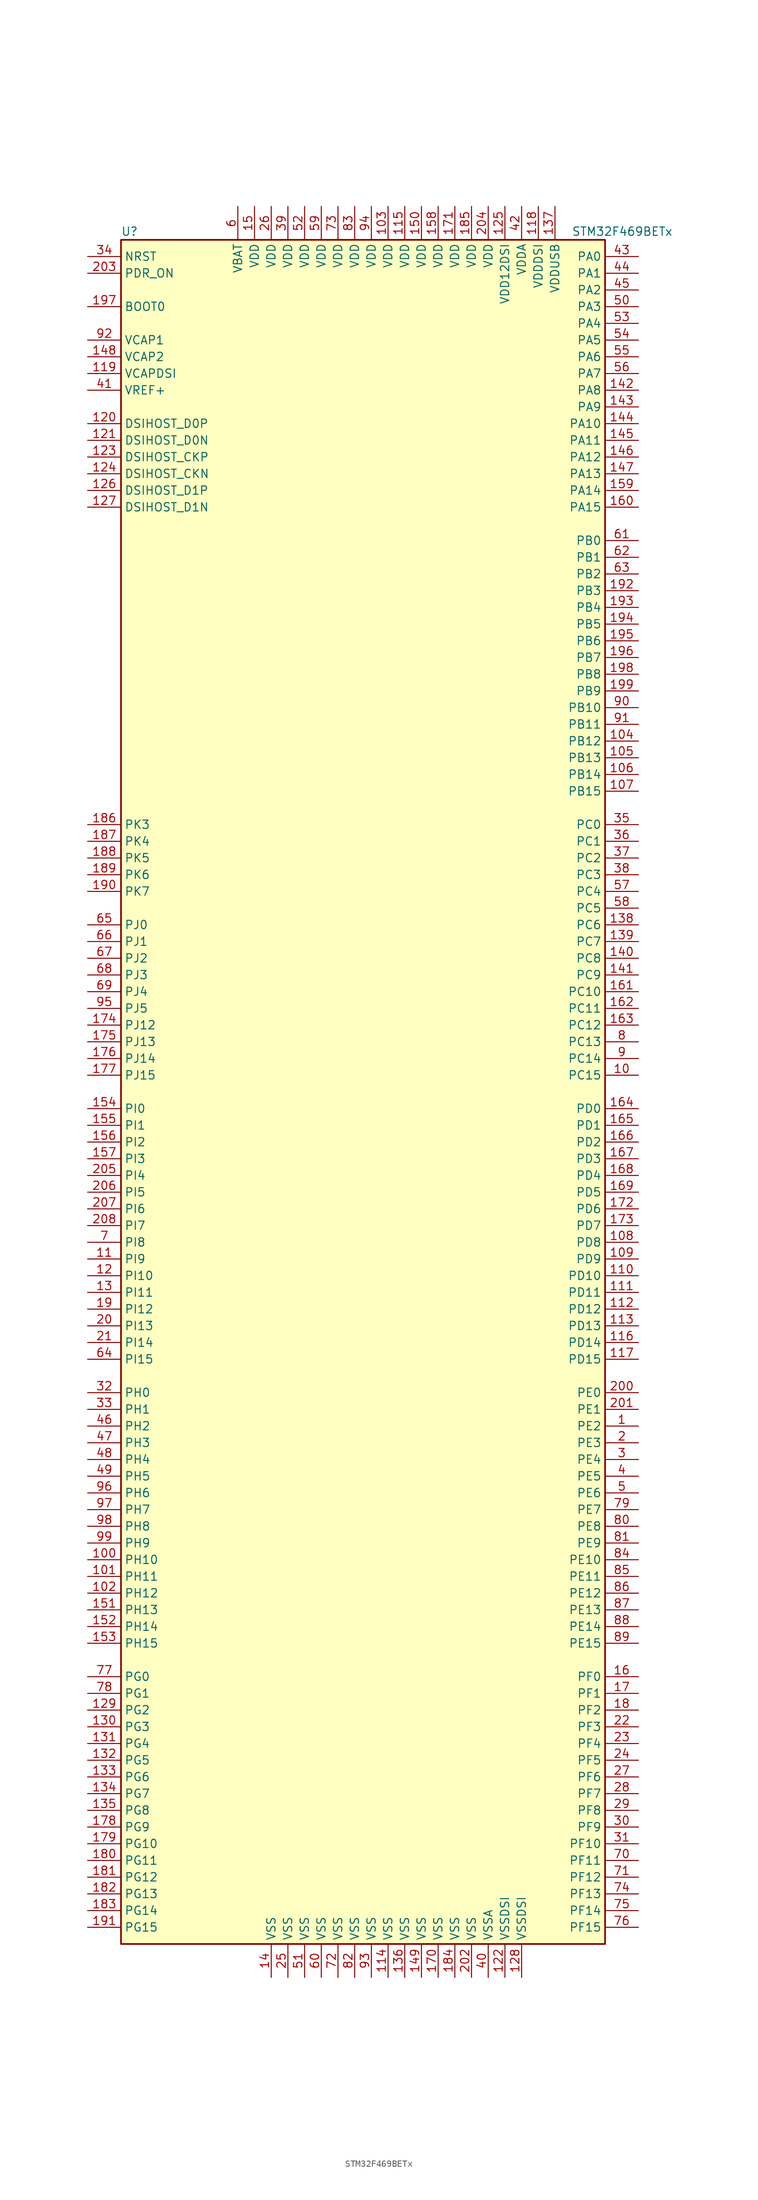
<source format=kicad_sym>
(kicad_symbol_lib
  (version 20201005)
  (generator kicad_symbol_editor)
  (symbol "STM32F469BETx"
    (property "Reference" "U"
      (at -38.1 130.81 0)
      (effects (font (size 1.27 1.27)) (justify left)))
    (property "Value" "STM32F469BETx"
      (at 30.48 130.81 0)
      (effects (font (size 1.27 1.27)) (justify left)))
    (symbol "STM32F469BETx_0_1"
      (rectangle (start -38.1 -129.54) (end 35.56 129.54) (stroke (width 0.254)) (fill (type background))))
    (symbol "STM32F469BETx_1_1"
      (pin bidirectional line (at 40.64 -50.8 180) (length 5.08) (name "PE2" (effects (font (size 1.27 1.27)))) (number "1" (effects (font (size 1.27 1.27)))))
      (pin bidirectional line (at 40.64 2.54 180) (length 5.08) (name "PC15" (effects (font (size 1.27 1.27)))) (number "10" (effects (font (size 1.27 1.27)))))
      (pin bidirectional line (at -43.18 -71.12 0) (length 5.08) (name "PH10" (effects (font (size 1.27 1.27)))) (number "100" (effects (font (size 1.27 1.27)))))
      (pin bidirectional line (at -43.18 -73.66 0) (length 5.08) (name "PH11" (effects (font (size 1.27 1.27)))) (number "101" (effects (font (size 1.27 1.27)))))
      (pin bidirectional line (at -43.18 -76.2 0) (length 5.08) (name "PH12" (effects (font (size 1.27 1.27)))) (number "102" (effects (font (size 1.27 1.27)))))
      (pin power_in line (at 2.54 134.62 270) (length 5.08) (name "VDD" (effects (font (size 1.27 1.27)))) (number "103" (effects (font (size 1.27 1.27)))))
      (pin bidirectional line (at 40.64 53.34 180) (length 5.08) (name "PB12" (effects (font (size 1.27 1.27)))) (number "104" (effects (font (size 1.27 1.27)))))
      (pin bidirectional line (at 40.64 50.8 180) (length 5.08) (name "PB13" (effects (font (size 1.27 1.27)))) (number "105" (effects (font (size 1.27 1.27)))))
      (pin bidirectional line (at 40.64 48.26 180) (length 5.08) (name "PB14" (effects (font (size 1.27 1.27)))) (number "106" (effects (font (size 1.27 1.27)))))
      (pin bidirectional line (at 40.64 45.72 180) (length 5.08) (name "PB15" (effects (font (size 1.27 1.27)))) (number "107" (effects (font (size 1.27 1.27)))))
      (pin bidirectional line (at 40.64 -22.86 180) (length 5.08) (name "PD8" (effects (font (size 1.27 1.27)))) (number "108" (effects (font (size 1.27 1.27)))))
      (pin bidirectional line (at 40.64 -25.4 180) (length 5.08) (name "PD9" (effects (font (size 1.27 1.27)))) (number "109" (effects (font (size 1.27 1.27)))))
      (pin bidirectional line (at -43.18 -25.4 0) (length 5.08) (name "PI9" (effects (font (size 1.27 1.27)))) (number "11" (effects (font (size 1.27 1.27)))))
      (pin bidirectional line (at 40.64 -27.94 180) (length 5.08) (name "PD10" (effects (font (size 1.27 1.27)))) (number "110" (effects (font (size 1.27 1.27)))))
      (pin bidirectional line (at 40.64 -30.48 180) (length 5.08) (name "PD11" (effects (font (size 1.27 1.27)))) (number "111" (effects (font (size 1.27 1.27)))))
      (pin bidirectional line (at 40.64 -33.02 180) (length 5.08) (name "PD12" (effects (font (size 1.27 1.27)))) (number "112" (effects (font (size 1.27 1.27)))))
      (pin bidirectional line (at 40.64 -35.56 180) (length 5.08) (name "PD13" (effects (font (size 1.27 1.27)))) (number "113" (effects (font (size 1.27 1.27)))))
      (pin power_in line (at 2.54 -134.62 90) (length 5.08) (name "VSS" (effects (font (size 1.27 1.27)))) (number "114" (effects (font (size 1.27 1.27)))))
      (pin power_in line (at 5.08 134.62 270) (length 5.08) (name "VDD" (effects (font (size 1.27 1.27)))) (number "115" (effects (font (size 1.27 1.27)))))
      (pin bidirectional line (at 40.64 -38.1 180) (length 5.08) (name "PD14" (effects (font (size 1.27 1.27)))) (number "116" (effects (font (size 1.27 1.27)))))
      (pin bidirectional line (at 40.64 -40.64 180) (length 5.08) (name "PD15" (effects (font (size 1.27 1.27)))) (number "117" (effects (font (size 1.27 1.27)))))
      (pin power_in line (at 25.4 134.62 270) (length 5.08) (name "VDDDSI" (effects (font (size 1.27 1.27)))) (number "118" (effects (font (size 1.27 1.27)))))
      (pin power_in line (at -43.18 109.22 0) (length 5.08) (name "VCAPDSI" (effects (font (size 1.27 1.27)))) (number "119" (effects (font (size 1.27 1.27)))))
      (pin bidirectional line (at -43.18 -27.94 0) (length 5.08) (name "PI10" (effects (font (size 1.27 1.27)))) (number "12" (effects (font (size 1.27 1.27)))))
      (pin bidirectional line (at -43.18 101.6 0) (length 5.08) (name "DSIHOST_D0P" (effects (font (size 1.27 1.27)))) (number "120" (effects (font (size 1.27 1.27)))))
      (pin bidirectional line (at -43.18 99.06 0) (length 5.08) (name "DSIHOST_D0N" (effects (font (size 1.27 1.27)))) (number "121" (effects (font (size 1.27 1.27)))))
      (pin power_in line (at 20.32 -134.62 90) (length 5.08) (name "VSSDSI" (effects (font (size 1.27 1.27)))) (number "122" (effects (font (size 1.27 1.27)))))
      (pin bidirectional line (at -43.18 96.52 0) (length 5.08) (name "DSIHOST_CKP" (effects (font (size 1.27 1.27)))) (number "123" (effects (font (size 1.27 1.27)))))
      (pin bidirectional line (at -43.18 93.98 0) (length 5.08) (name "DSIHOST_CKN" (effects (font (size 1.27 1.27)))) (number "124" (effects (font (size 1.27 1.27)))))
      (pin power_in line (at 20.32 134.62 270) (length 5.08) (name "VDD12DSI" (effects (font (size 1.27 1.27)))) (number "125" (effects (font (size 1.27 1.27)))))
      (pin bidirectional line (at -43.18 91.44 0) (length 5.08) (name "DSIHOST_D1P" (effects (font (size 1.27 1.27)))) (number "126" (effects (font (size 1.27 1.27)))))
      (pin bidirectional line (at -43.18 88.9 0) (length 5.08) (name "DSIHOST_D1N" (effects (font (size 1.27 1.27)))) (number "127" (effects (font (size 1.27 1.27)))))
      (pin power_in line (at 22.86 -134.62 90) (length 5.08) (name "VSSDSI" (effects (font (size 1.27 1.27)))) (number "128" (effects (font (size 1.27 1.27)))))
      (pin bidirectional line (at -43.18 -93.98 0) (length 5.08) (name "PG2" (effects (font (size 1.27 1.27)))) (number "129" (effects (font (size 1.27 1.27)))))
      (pin bidirectional line (at -43.18 -30.48 0) (length 5.08) (name "PI11" (effects (font (size 1.27 1.27)))) (number "13" (effects (font (size 1.27 1.27)))))
      (pin bidirectional line (at -43.18 -96.52 0) (length 5.08) (name "PG3" (effects (font (size 1.27 1.27)))) (number "130" (effects (font (size 1.27 1.27)))))
      (pin bidirectional line (at -43.18 -99.06 0) (length 5.08) (name "PG4" (effects (font (size 1.27 1.27)))) (number "131" (effects (font (size 1.27 1.27)))))
      (pin bidirectional line (at -43.18 -101.6 0) (length 5.08) (name "PG5" (effects (font (size 1.27 1.27)))) (number "132" (effects (font (size 1.27 1.27)))))
      (pin bidirectional line (at -43.18 -104.14 0) (length 5.08) (name "PG6" (effects (font (size 1.27 1.27)))) (number "133" (effects (font (size 1.27 1.27)))))
      (pin bidirectional line (at -43.18 -106.68 0) (length 5.08) (name "PG7" (effects (font (size 1.27 1.27)))) (number "134" (effects (font (size 1.27 1.27)))))
      (pin bidirectional line (at -43.18 -109.22 0) (length 5.08) (name "PG8" (effects (font (size 1.27 1.27)))) (number "135" (effects (font (size 1.27 1.27)))))
      (pin power_in line (at 5.08 -134.62 90) (length 5.08) (name "VSS" (effects (font (size 1.27 1.27)))) (number "136" (effects (font (size 1.27 1.27)))))
      (pin power_in line (at 27.94 134.62 270) (length 5.08) (name "VDDUSB" (effects (font (size 1.27 1.27)))) (number "137" (effects (font (size 1.27 1.27)))))
      (pin bidirectional line (at 40.64 25.4 180) (length 5.08) (name "PC6" (effects (font (size 1.27 1.27)))) (number "138" (effects (font (size 1.27 1.27)))))
      (pin bidirectional line (at 40.64 22.86 180) (length 5.08) (name "PC7" (effects (font (size 1.27 1.27)))) (number "139" (effects (font (size 1.27 1.27)))))
      (pin power_in line (at -15.24 -134.62 90) (length 5.08) (name "VSS" (effects (font (size 1.27 1.27)))) (number "14" (effects (font (size 1.27 1.27)))))
      (pin bidirectional line (at 40.64 20.32 180) (length 5.08) (name "PC8" (effects (font (size 1.27 1.27)))) (number "140" (effects (font (size 1.27 1.27)))))
      (pin bidirectional line (at 40.64 17.78 180) (length 5.08) (name "PC9" (effects (font (size 1.27 1.27)))) (number "141" (effects (font (size 1.27 1.27)))))
      (pin bidirectional line (at 40.64 106.68 180) (length 5.08) (name "PA8" (effects (font (size 1.27 1.27)))) (number "142" (effects (font (size 1.27 1.27)))))
      (pin bidirectional line (at 40.64 104.14 180) (length 5.08) (name "PA9" (effects (font (size 1.27 1.27)))) (number "143" (effects (font (size 1.27 1.27)))))
      (pin bidirectional line (at 40.64 101.6 180) (length 5.08) (name "PA10" (effects (font (size 1.27 1.27)))) (number "144" (effects (font (size 1.27 1.27)))))
      (pin bidirectional line (at 40.64 99.06 180) (length 5.08) (name "PA11" (effects (font (size 1.27 1.27)))) (number "145" (effects (font (size 1.27 1.27)))))
      (pin bidirectional line (at 40.64 96.52 180) (length 5.08) (name "PA12" (effects (font (size 1.27 1.27)))) (number "146" (effects (font (size 1.27 1.27)))))
      (pin bidirectional line (at 40.64 93.98 180) (length 5.08) (name "PA13" (effects (font (size 1.27 1.27)))) (number "147" (effects (font (size 1.27 1.27)))))
      (pin power_in line (at -43.18 111.76 0) (length 5.08) (name "VCAP2" (effects (font (size 1.27 1.27)))) (number "148" (effects (font (size 1.27 1.27)))))
      (pin power_in line (at 7.62 -134.62 90) (length 5.08) (name "VSS" (effects (font (size 1.27 1.27)))) (number "149" (effects (font (size 1.27 1.27)))))
      (pin power_in line (at -17.78 134.62 270) (length 5.08) (name "VDD" (effects (font (size 1.27 1.27)))) (number "15" (effects (font (size 1.27 1.27)))))
      (pin power_in line (at 7.62 134.62 270) (length 5.08) (name "VDD" (effects (font (size 1.27 1.27)))) (number "150" (effects (font (size 1.27 1.27)))))
      (pin bidirectional line (at -43.18 -78.74 0) (length 5.08) (name "PH13" (effects (font (size 1.27 1.27)))) (number "151" (effects (font (size 1.27 1.27)))))
      (pin bidirectional line (at -43.18 -81.28 0) (length 5.08) (name "PH14" (effects (font (size 1.27 1.27)))) (number "152" (effects (font (size 1.27 1.27)))))
      (pin bidirectional line (at -43.18 -83.82 0) (length 5.08) (name "PH15" (effects (font (size 1.27 1.27)))) (number "153" (effects (font (size 1.27 1.27)))))
      (pin bidirectional line (at -43.18 -2.54 0) (length 5.08) (name "PI0" (effects (font (size 1.27 1.27)))) (number "154" (effects (font (size 1.27 1.27)))))
      (pin bidirectional line (at -43.18 -5.08 0) (length 5.08) (name "PI1" (effects (font (size 1.27 1.27)))) (number "155" (effects (font (size 1.27 1.27)))))
      (pin bidirectional line (at -43.18 -7.62 0) (length 5.08) (name "PI2" (effects (font (size 1.27 1.27)))) (number "156" (effects (font (size 1.27 1.27)))))
      (pin bidirectional line (at -43.18 -10.16 0) (length 5.08) (name "PI3" (effects (font (size 1.27 1.27)))) (number "157" (effects (font (size 1.27 1.27)))))
      (pin power_in line (at 10.16 134.62 270) (length 5.08) (name "VDD" (effects (font (size 1.27 1.27)))) (number "158" (effects (font (size 1.27 1.27)))))
      (pin bidirectional line (at 40.64 91.44 180) (length 5.08) (name "PA14" (effects (font (size 1.27 1.27)))) (number "159" (effects (font (size 1.27 1.27)))))
      (pin bidirectional line (at 40.64 -88.9 180) (length 5.08) (name "PF0" (effects (font (size 1.27 1.27)))) (number "16" (effects (font (size 1.27 1.27)))))
      (pin bidirectional line (at 40.64 88.9 180) (length 5.08) (name "PA15" (effects (font (size 1.27 1.27)))) (number "160" (effects (font (size 1.27 1.27)))))
      (pin bidirectional line (at 40.64 15.24 180) (length 5.08) (name "PC10" (effects (font (size 1.27 1.27)))) (number "161" (effects (font (size 1.27 1.27)))))
      (pin bidirectional line (at 40.64 12.7 180) (length 5.08) (name "PC11" (effects (font (size 1.27 1.27)))) (number "162" (effects (font (size 1.27 1.27)))))
      (pin bidirectional line (at 40.64 10.16 180) (length 5.08) (name "PC12" (effects (font (size 1.27 1.27)))) (number "163" (effects (font (size 1.27 1.27)))))
      (pin bidirectional line (at 40.64 -2.54 180) (length 5.08) (name "PD0" (effects (font (size 1.27 1.27)))) (number "164" (effects (font (size 1.27 1.27)))))
      (pin bidirectional line (at 40.64 -5.08 180) (length 5.08) (name "PD1" (effects (font (size 1.27 1.27)))) (number "165" (effects (font (size 1.27 1.27)))))
      (pin bidirectional line (at 40.64 -7.62 180) (length 5.08) (name "PD2" (effects (font (size 1.27 1.27)))) (number "166" (effects (font (size 1.27 1.27)))))
      (pin bidirectional line (at 40.64 -10.16 180) (length 5.08) (name "PD3" (effects (font (size 1.27 1.27)))) (number "167" (effects (font (size 1.27 1.27)))))
      (pin bidirectional line (at 40.64 -12.7 180) (length 5.08) (name "PD4" (effects (font (size 1.27 1.27)))) (number "168" (effects (font (size 1.27 1.27)))))
      (pin bidirectional line (at 40.64 -15.24 180) (length 5.08) (name "PD5" (effects (font (size 1.27 1.27)))) (number "169" (effects (font (size 1.27 1.27)))))
      (pin bidirectional line (at 40.64 -91.44 180) (length 5.08) (name "PF1" (effects (font (size 1.27 1.27)))) (number "17" (effects (font (size 1.27 1.27)))))
      (pin power_in line (at 10.16 -134.62 90) (length 5.08) (name "VSS" (effects (font (size 1.27 1.27)))) (number "170" (effects (font (size 1.27 1.27)))))
      (pin power_in line (at 12.7 134.62 270) (length 5.08) (name "VDD" (effects (font (size 1.27 1.27)))) (number "171" (effects (font (size 1.27 1.27)))))
      (pin bidirectional line (at 40.64 -17.78 180) (length 5.08) (name "PD6" (effects (font (size 1.27 1.27)))) (number "172" (effects (font (size 1.27 1.27)))))
      (pin bidirectional line (at 40.64 -20.32 180) (length 5.08) (name "PD7" (effects (font (size 1.27 1.27)))) (number "173" (effects (font (size 1.27 1.27)))))
      (pin bidirectional line (at -43.18 10.16 0) (length 5.08) (name "PJ12" (effects (font (size 1.27 1.27)))) (number "174" (effects (font (size 1.27 1.27)))))
      (pin bidirectional line (at -43.18 7.62 0) (length 5.08) (name "PJ13" (effects (font (size 1.27 1.27)))) (number "175" (effects (font (size 1.27 1.27)))))
      (pin bidirectional line (at -43.18 5.08 0) (length 5.08) (name "PJ14" (effects (font (size 1.27 1.27)))) (number "176" (effects (font (size 1.27 1.27)))))
      (pin bidirectional line (at -43.18 2.54 0) (length 5.08) (name "PJ15" (effects (font (size 1.27 1.27)))) (number "177" (effects (font (size 1.27 1.27)))))
      (pin bidirectional line (at -43.18 -111.76 0) (length 5.08) (name "PG9" (effects (font (size 1.27 1.27)))) (number "178" (effects (font (size 1.27 1.27)))))
      (pin bidirectional line (at -43.18 -114.3 0) (length 5.08) (name "PG10" (effects (font (size 1.27 1.27)))) (number "179" (effects (font (size 1.27 1.27)))))
      (pin bidirectional line (at 40.64 -93.98 180) (length 5.08) (name "PF2" (effects (font (size 1.27 1.27)))) (number "18" (effects (font (size 1.27 1.27)))))
      (pin bidirectional line (at -43.18 -116.84 0) (length 5.08) (name "PG11" (effects (font (size 1.27 1.27)))) (number "180" (effects (font (size 1.27 1.27)))))
      (pin bidirectional line (at -43.18 -119.38 0) (length 5.08) (name "PG12" (effects (font (size 1.27 1.27)))) (number "181" (effects (font (size 1.27 1.27)))))
      (pin bidirectional line (at -43.18 -121.92 0) (length 5.08) (name "PG13" (effects (font (size 1.27 1.27)))) (number "182" (effects (font (size 1.27 1.27)))))
      (pin bidirectional line (at -43.18 -124.46 0) (length 5.08) (name "PG14" (effects (font (size 1.27 1.27)))) (number "183" (effects (font (size 1.27 1.27)))))
      (pin power_in line (at 12.7 -134.62 90) (length 5.08) (name "VSS" (effects (font (size 1.27 1.27)))) (number "184" (effects (font (size 1.27 1.27)))))
      (pin power_in line (at 15.24 134.62 270) (length 5.08) (name "VDD" (effects (font (size 1.27 1.27)))) (number "185" (effects (font (size 1.27 1.27)))))
      (pin bidirectional line (at -43.18 40.64 0) (length 5.08) (name "PK3" (effects (font (size 1.27 1.27)))) (number "186" (effects (font (size 1.27 1.27)))))
      (pin bidirectional line (at -43.18 38.1 0) (length 5.08) (name "PK4" (effects (font (size 1.27 1.27)))) (number "187" (effects (font (size 1.27 1.27)))))
      (pin bidirectional line (at -43.18 35.56 0) (length 5.08) (name "PK5" (effects (font (size 1.27 1.27)))) (number "188" (effects (font (size 1.27 1.27)))))
      (pin bidirectional line (at -43.18 33.02 0) (length 5.08) (name "PK6" (effects (font (size 1.27 1.27)))) (number "189" (effects (font (size 1.27 1.27)))))
      (pin bidirectional line (at -43.18 -33.02 0) (length 5.08) (name "PI12" (effects (font (size 1.27 1.27)))) (number "19" (effects (font (size 1.27 1.27)))))
      (pin bidirectional line (at -43.18 30.48 0) (length 5.08) (name "PK7" (effects (font (size 1.27 1.27)))) (number "190" (effects (font (size 1.27 1.27)))))
      (pin bidirectional line (at -43.18 -127 0) (length 5.08) (name "PG15" (effects (font (size 1.27 1.27)))) (number "191" (effects (font (size 1.27 1.27)))))
      (pin bidirectional line (at 40.64 76.2 180) (length 5.08) (name "PB3" (effects (font (size 1.27 1.27)))) (number "192" (effects (font (size 1.27 1.27)))))
      (pin bidirectional line (at 40.64 73.66 180) (length 5.08) (name "PB4" (effects (font (size 1.27 1.27)))) (number "193" (effects (font (size 1.27 1.27)))))
      (pin bidirectional line (at 40.64 71.12 180) (length 5.08) (name "PB5" (effects (font (size 1.27 1.27)))) (number "194" (effects (font (size 1.27 1.27)))))
      (pin bidirectional line (at 40.64 68.58 180) (length 5.08) (name "PB6" (effects (font (size 1.27 1.27)))) (number "195" (effects (font (size 1.27 1.27)))))
      (pin bidirectional line (at 40.64 66.04 180) (length 5.08) (name "PB7" (effects (font (size 1.27 1.27)))) (number "196" (effects (font (size 1.27 1.27)))))
      (pin input line (at -43.18 119.38 0) (length 5.08) (name "BOOT0" (effects (font (size 1.27 1.27)))) (number "197" (effects (font (size 1.27 1.27)))))
      (pin bidirectional line (at 40.64 63.5 180) (length 5.08) (name "PB8" (effects (font (size 1.27 1.27)))) (number "198" (effects (font (size 1.27 1.27)))))
      (pin bidirectional line (at 40.64 60.96 180) (length 5.08) (name "PB9" (effects (font (size 1.27 1.27)))) (number "199" (effects (font (size 1.27 1.27)))))
      (pin bidirectional line (at 40.64 -53.34 180) (length 5.08) (name "PE3" (effects (font (size 1.27 1.27)))) (number "2" (effects (font (size 1.27 1.27)))))
      (pin bidirectional line (at -43.18 -35.56 0) (length 5.08) (name "PI13" (effects (font (size 1.27 1.27)))) (number "20" (effects (font (size 1.27 1.27)))))
      (pin bidirectional line (at 40.64 -45.72 180) (length 5.08) (name "PE0" (effects (font (size 1.27 1.27)))) (number "200" (effects (font (size 1.27 1.27)))))
      (pin bidirectional line (at 40.64 -48.26 180) (length 5.08) (name "PE1" (effects (font (size 1.27 1.27)))) (number "201" (effects (font (size 1.27 1.27)))))
      (pin power_in line (at 15.24 -134.62 90) (length 5.08) (name "VSS" (effects (font (size 1.27 1.27)))) (number "202" (effects (font (size 1.27 1.27)))))
      (pin input line (at -43.18 124.46 0) (length 5.08) (name "PDR_ON" (effects (font (size 1.27 1.27)))) (number "203" (effects (font (size 1.27 1.27)))))
      (pin power_in line (at 17.78 134.62 270) (length 5.08) (name "VDD" (effects (font (size 1.27 1.27)))) (number "204" (effects (font (size 1.27 1.27)))))
      (pin bidirectional line (at -43.18 -12.7 0) (length 5.08) (name "PI4" (effects (font (size 1.27 1.27)))) (number "205" (effects (font (size 1.27 1.27)))))
      (pin bidirectional line (at -43.18 -15.24 0) (length 5.08) (name "PI5" (effects (font (size 1.27 1.27)))) (number "206" (effects (font (size 1.27 1.27)))))
      (pin bidirectional line (at -43.18 -17.78 0) (length 5.08) (name "PI6" (effects (font (size 1.27 1.27)))) (number "207" (effects (font (size 1.27 1.27)))))
      (pin bidirectional line (at -43.18 -20.32 0) (length 5.08) (name "PI7" (effects (font (size 1.27 1.27)))) (number "208" (effects (font (size 1.27 1.27)))))
      (pin bidirectional line (at -43.18 -38.1 0) (length 5.08) (name "PI14" (effects (font (size 1.27 1.27)))) (number "21" (effects (font (size 1.27 1.27)))))
      (pin bidirectional line (at 40.64 -96.52 180) (length 5.08) (name "PF3" (effects (font (size 1.27 1.27)))) (number "22" (effects (font (size 1.27 1.27)))))
      (pin bidirectional line (at 40.64 -99.06 180) (length 5.08) (name "PF4" (effects (font (size 1.27 1.27)))) (number "23" (effects (font (size 1.27 1.27)))))
      (pin bidirectional line (at 40.64 -101.6 180) (length 5.08) (name "PF5" (effects (font (size 1.27 1.27)))) (number "24" (effects (font (size 1.27 1.27)))))
      (pin power_in line (at -12.7 -134.62 90) (length 5.08) (name "VSS" (effects (font (size 1.27 1.27)))) (number "25" (effects (font (size 1.27 1.27)))))
      (pin power_in line (at -15.24 134.62 270) (length 5.08) (name "VDD" (effects (font (size 1.27 1.27)))) (number "26" (effects (font (size 1.27 1.27)))))
      (pin bidirectional line (at 40.64 -104.14 180) (length 5.08) (name "PF6" (effects (font (size 1.27 1.27)))) (number "27" (effects (font (size 1.27 1.27)))))
      (pin bidirectional line (at 40.64 -106.68 180) (length 5.08) (name "PF7" (effects (font (size 1.27 1.27)))) (number "28" (effects (font (size 1.27 1.27)))))
      (pin bidirectional line (at 40.64 -109.22 180) (length 5.08) (name "PF8" (effects (font (size 1.27 1.27)))) (number "29" (effects (font (size 1.27 1.27)))))
      (pin bidirectional line (at 40.64 -55.88 180) (length 5.08) (name "PE4" (effects (font (size 1.27 1.27)))) (number "3" (effects (font (size 1.27 1.27)))))
      (pin bidirectional line (at 40.64 -111.76 180) (length 5.08) (name "PF9" (effects (font (size 1.27 1.27)))) (number "30" (effects (font (size 1.27 1.27)))))
      (pin bidirectional line (at 40.64 -114.3 180) (length 5.08) (name "PF10" (effects (font (size 1.27 1.27)))) (number "31" (effects (font (size 1.27 1.27)))))
      (pin input line (at -43.18 -45.72 0) (length 5.08) (name "PH0" (effects (font (size 1.27 1.27)))) (number "32" (effects (font (size 1.27 1.27)))))
      (pin input line (at -43.18 -48.26 0) (length 5.08) (name "PH1" (effects (font (size 1.27 1.27)))) (number "33" (effects (font (size 1.27 1.27)))))
      (pin input line (at -43.18 127 0) (length 5.08) (name "NRST" (effects (font (size 1.27 1.27)))) (number "34" (effects (font (size 1.27 1.27)))))
      (pin bidirectional line (at 40.64 40.64 180) (length 5.08) (name "PC0" (effects (font (size 1.27 1.27)))) (number "35" (effects (font (size 1.27 1.27)))))
      (pin bidirectional line (at 40.64 38.1 180) (length 5.08) (name "PC1" (effects (font (size 1.27 1.27)))) (number "36" (effects (font (size 1.27 1.27)))))
      (pin bidirectional line (at 40.64 35.56 180) (length 5.08) (name "PC2" (effects (font (size 1.27 1.27)))) (number "37" (effects (font (size 1.27 1.27)))))
      (pin bidirectional line (at 40.64 33.02 180) (length 5.08) (name "PC3" (effects (font (size 1.27 1.27)))) (number "38" (effects (font (size 1.27 1.27)))))
      (pin power_in line (at -12.7 134.62 270) (length 5.08) (name "VDD" (effects (font (size 1.27 1.27)))) (number "39" (effects (font (size 1.27 1.27)))))
      (pin bidirectional line (at 40.64 -58.42 180) (length 5.08) (name "PE5" (effects (font (size 1.27 1.27)))) (number "4" (effects (font (size 1.27 1.27)))))
      (pin power_in line (at 17.78 -134.62 90) (length 5.08) (name "VSSA" (effects (font (size 1.27 1.27)))) (number "40" (effects (font (size 1.27 1.27)))))
      (pin power_in line (at -43.18 106.68 0) (length 5.08) (name "VREF+" (effects (font (size 1.27 1.27)))) (number "41" (effects (font (size 1.27 1.27)))))
      (pin power_in line (at 22.86 134.62 270) (length 5.08) (name "VDDA" (effects (font (size 1.27 1.27)))) (number "42" (effects (font (size 1.27 1.27)))))
      (pin bidirectional line (at 40.64 127 180) (length 5.08) (name "PA0" (effects (font (size 1.27 1.27)))) (number "43" (effects (font (size 1.27 1.27)))))
      (pin bidirectional line (at 40.64 124.46 180) (length 5.08) (name "PA1" (effects (font (size 1.27 1.27)))) (number "44" (effects (font (size 1.27 1.27)))))
      (pin bidirectional line (at 40.64 121.92 180) (length 5.08) (name "PA2" (effects (font (size 1.27 1.27)))) (number "45" (effects (font (size 1.27 1.27)))))
      (pin bidirectional line (at -43.18 -50.8 0) (length 5.08) (name "PH2" (effects (font (size 1.27 1.27)))) (number "46" (effects (font (size 1.27 1.27)))))
      (pin bidirectional line (at -43.18 -53.34 0) (length 5.08) (name "PH3" (effects (font (size 1.27 1.27)))) (number "47" (effects (font (size 1.27 1.27)))))
      (pin bidirectional line (at -43.18 -55.88 0) (length 5.08) (name "PH4" (effects (font (size 1.27 1.27)))) (number "48" (effects (font (size 1.27 1.27)))))
      (pin bidirectional line (at -43.18 -58.42 0) (length 5.08) (name "PH5" (effects (font (size 1.27 1.27)))) (number "49" (effects (font (size 1.27 1.27)))))
      (pin bidirectional line (at 40.64 -60.96 180) (length 5.08) (name "PE6" (effects (font (size 1.27 1.27)))) (number "5" (effects (font (size 1.27 1.27)))))
      (pin bidirectional line (at 40.64 119.38 180) (length 5.08) (name "PA3" (effects (font (size 1.27 1.27)))) (number "50" (effects (font (size 1.27 1.27)))))
      (pin power_in line (at -10.16 -134.62 90) (length 5.08) (name "VSS" (effects (font (size 1.27 1.27)))) (number "51" (effects (font (size 1.27 1.27)))))
      (pin power_in line (at -10.16 134.62 270) (length 5.08) (name "VDD" (effects (font (size 1.27 1.27)))) (number "52" (effects (font (size 1.27 1.27)))))
      (pin bidirectional line (at 40.64 116.84 180) (length 5.08) (name "PA4" (effects (font (size 1.27 1.27)))) (number "53" (effects (font (size 1.27 1.27)))))
      (pin bidirectional line (at 40.64 114.3 180) (length 5.08) (name "PA5" (effects (font (size 1.27 1.27)))) (number "54" (effects (font (size 1.27 1.27)))))
      (pin bidirectional line (at 40.64 111.76 180) (length 5.08) (name "PA6" (effects (font (size 1.27 1.27)))) (number "55" (effects (font (size 1.27 1.27)))))
      (pin bidirectional line (at 40.64 109.22 180) (length 5.08) (name "PA7" (effects (font (size 1.27 1.27)))) (number "56" (effects (font (size 1.27 1.27)))))
      (pin bidirectional line (at 40.64 30.48 180) (length 5.08) (name "PC4" (effects (font (size 1.27 1.27)))) (number "57" (effects (font (size 1.27 1.27)))))
      (pin bidirectional line (at 40.64 27.94 180) (length 5.08) (name "PC5" (effects (font (size 1.27 1.27)))) (number "58" (effects (font (size 1.27 1.27)))))
      (pin power_in line (at -7.62 134.62 270) (length 5.08) (name "VDD" (effects (font (size 1.27 1.27)))) (number "59" (effects (font (size 1.27 1.27)))))
      (pin power_in line (at -20.32 134.62 270) (length 5.08) (name "VBAT" (effects (font (size 1.27 1.27)))) (number "6" (effects (font (size 1.27 1.27)))))
      (pin power_in line (at -7.62 -134.62 90) (length 5.08) (name "VSS" (effects (font (size 1.27 1.27)))) (number "60" (effects (font (size 1.27 1.27)))))
      (pin bidirectional line (at 40.64 83.82 180) (length 5.08) (name "PB0" (effects (font (size 1.27 1.27)))) (number "61" (effects (font (size 1.27 1.27)))))
      (pin bidirectional line (at 40.64 81.28 180) (length 5.08) (name "PB1" (effects (font (size 1.27 1.27)))) (number "62" (effects (font (size 1.27 1.27)))))
      (pin bidirectional line (at 40.64 78.74 180) (length 5.08) (name "PB2" (effects (font (size 1.27 1.27)))) (number "63" (effects (font (size 1.27 1.27)))))
      (pin bidirectional line (at -43.18 -40.64 0) (length 5.08) (name "PI15" (effects (font (size 1.27 1.27)))) (number "64" (effects (font (size 1.27 1.27)))))
      (pin bidirectional line (at -43.18 25.4 0) (length 5.08) (name "PJ0" (effects (font (size 1.27 1.27)))) (number "65" (effects (font (size 1.27 1.27)))))
      (pin bidirectional line (at -43.18 22.86 0) (length 5.08) (name "PJ1" (effects (font (size 1.27 1.27)))) (number "66" (effects (font (size 1.27 1.27)))))
      (pin bidirectional line (at -43.18 20.32 0) (length 5.08) (name "PJ2" (effects (font (size 1.27 1.27)))) (number "67" (effects (font (size 1.27 1.27)))))
      (pin bidirectional line (at -43.18 17.78 0) (length 5.08) (name "PJ3" (effects (font (size 1.27 1.27)))) (number "68" (effects (font (size 1.27 1.27)))))
      (pin bidirectional line (at -43.18 15.24 0) (length 5.08) (name "PJ4" (effects (font (size 1.27 1.27)))) (number "69" (effects (font (size 1.27 1.27)))))
      (pin bidirectional line (at -43.18 -22.86 0) (length 5.08) (name "PI8" (effects (font (size 1.27 1.27)))) (number "7" (effects (font (size 1.27 1.27)))))
      (pin bidirectional line (at 40.64 -116.84 180) (length 5.08) (name "PF11" (effects (font (size 1.27 1.27)))) (number "70" (effects (font (size 1.27 1.27)))))
      (pin bidirectional line (at 40.64 -119.38 180) (length 5.08) (name "PF12" (effects (font (size 1.27 1.27)))) (number "71" (effects (font (size 1.27 1.27)))))
      (pin power_in line (at -5.08 -134.62 90) (length 5.08) (name "VSS" (effects (font (size 1.27 1.27)))) (number "72" (effects (font (size 1.27 1.27)))))
      (pin power_in line (at -5.08 134.62 270) (length 5.08) (name "VDD" (effects (font (size 1.27 1.27)))) (number "73" (effects (font (size 1.27 1.27)))))
      (pin bidirectional line (at 40.64 -121.92 180) (length 5.08) (name "PF13" (effects (font (size 1.27 1.27)))) (number "74" (effects (font (size 1.27 1.27)))))
      (pin bidirectional line (at 40.64 -124.46 180) (length 5.08) (name "PF14" (effects (font (size 1.27 1.27)))) (number "75" (effects (font (size 1.27 1.27)))))
      (pin bidirectional line (at 40.64 -127 180) (length 5.08) (name "PF15" (effects (font (size 1.27 1.27)))) (number "76" (effects (font (size 1.27 1.27)))))
      (pin bidirectional line (at -43.18 -88.9 0) (length 5.08) (name "PG0" (effects (font (size 1.27 1.27)))) (number "77" (effects (font (size 1.27 1.27)))))
      (pin bidirectional line (at -43.18 -91.44 0) (length 5.08) (name "PG1" (effects (font (size 1.27 1.27)))) (number "78" (effects (font (size 1.27 1.27)))))
      (pin bidirectional line (at 40.64 -63.5 180) (length 5.08) (name "PE7" (effects (font (size 1.27 1.27)))) (number "79" (effects (font (size 1.27 1.27)))))
      (pin bidirectional line (at 40.64 7.62 180) (length 5.08) (name "PC13" (effects (font (size 1.27 1.27)))) (number "8" (effects (font (size 1.27 1.27)))))
      (pin bidirectional line (at 40.64 -66.04 180) (length 5.08) (name "PE8" (effects (font (size 1.27 1.27)))) (number "80" (effects (font (size 1.27 1.27)))))
      (pin bidirectional line (at 40.64 -68.58 180) (length 5.08) (name "PE9" (effects (font (size 1.27 1.27)))) (number "81" (effects (font (size 1.27 1.27)))))
      (pin power_in line (at -2.54 -134.62 90) (length 5.08) (name "VSS" (effects (font (size 1.27 1.27)))) (number "82" (effects (font (size 1.27 1.27)))))
      (pin power_in line (at -2.54 134.62 270) (length 5.08) (name "VDD" (effects (font (size 1.27 1.27)))) (number "83" (effects (font (size 1.27 1.27)))))
      (pin bidirectional line (at 40.64 -71.12 180) (length 5.08) (name "PE10" (effects (font (size 1.27 1.27)))) (number "84" (effects (font (size 1.27 1.27)))))
      (pin bidirectional line (at 40.64 -73.66 180) (length 5.08) (name "PE11" (effects (font (size 1.27 1.27)))) (number "85" (effects (font (size 1.27 1.27)))))
      (pin bidirectional line (at 40.64 -76.2 180) (length 5.08) (name "PE12" (effects (font (size 1.27 1.27)))) (number "86" (effects (font (size 1.27 1.27)))))
      (pin bidirectional line (at 40.64 -78.74 180) (length 5.08) (name "PE13" (effects (font (size 1.27 1.27)))) (number "87" (effects (font (size 1.27 1.27)))))
      (pin bidirectional line (at 40.64 -81.28 180) (length 5.08) (name "PE14" (effects (font (size 1.27 1.27)))) (number "88" (effects (font (size 1.27 1.27)))))
      (pin bidirectional line (at 40.64 -83.82 180) (length 5.08) (name "PE15" (effects (font (size 1.27 1.27)))) (number "89" (effects (font (size 1.27 1.27)))))
      (pin bidirectional line (at 40.64 5.08 180) (length 5.08) (name "PC14" (effects (font (size 1.27 1.27)))) (number "9" (effects (font (size 1.27 1.27)))))
      (pin bidirectional line (at 40.64 58.42 180) (length 5.08) (name "PB10" (effects (font (size 1.27 1.27)))) (number "90" (effects (font (size 1.27 1.27)))))
      (pin bidirectional line (at 40.64 55.88 180) (length 5.08) (name "PB11" (effects (font (size 1.27 1.27)))) (number "91" (effects (font (size 1.27 1.27)))))
      (pin power_in line (at -43.18 114.3 0) (length 5.08) (name "VCAP1" (effects (font (size 1.27 1.27)))) (number "92" (effects (font (size 1.27 1.27)))))
      (pin power_in line (at 0 -134.62 90) (length 5.08) (name "VSS" (effects (font (size 1.27 1.27)))) (number "93" (effects (font (size 1.27 1.27)))))
      (pin power_in line (at 0 134.62 270) (length 5.08) (name "VDD" (effects (font (size 1.27 1.27)))) (number "94" (effects (font (size 1.27 1.27)))))
      (pin bidirectional line (at -43.18 12.7 0) (length 5.08) (name "PJ5" (effects (font (size 1.27 1.27)))) (number "95" (effects (font (size 1.27 1.27)))))
      (pin bidirectional line (at -43.18 -60.96 0) (length 5.08) (name "PH6" (effects (font (size 1.27 1.27)))) (number "96" (effects (font (size 1.27 1.27)))))
      (pin bidirectional line (at -43.18 -63.5 0) (length 5.08) (name "PH7" (effects (font (size 1.27 1.27)))) (number "97" (effects (font (size 1.27 1.27)))))
      (pin bidirectional line (at -43.18 -66.04 0) (length 5.08) (name "PH8" (effects (font (size 1.27 1.27)))) (number "98" (effects (font (size 1.27 1.27)))))
      (pin bidirectional line (at -43.18 -68.58 0) (length 5.08) (name "PH9" (effects (font (size 1.27 1.27)))) (number "99" (effects (font (size 1.27 1.27))))))))
</source>
